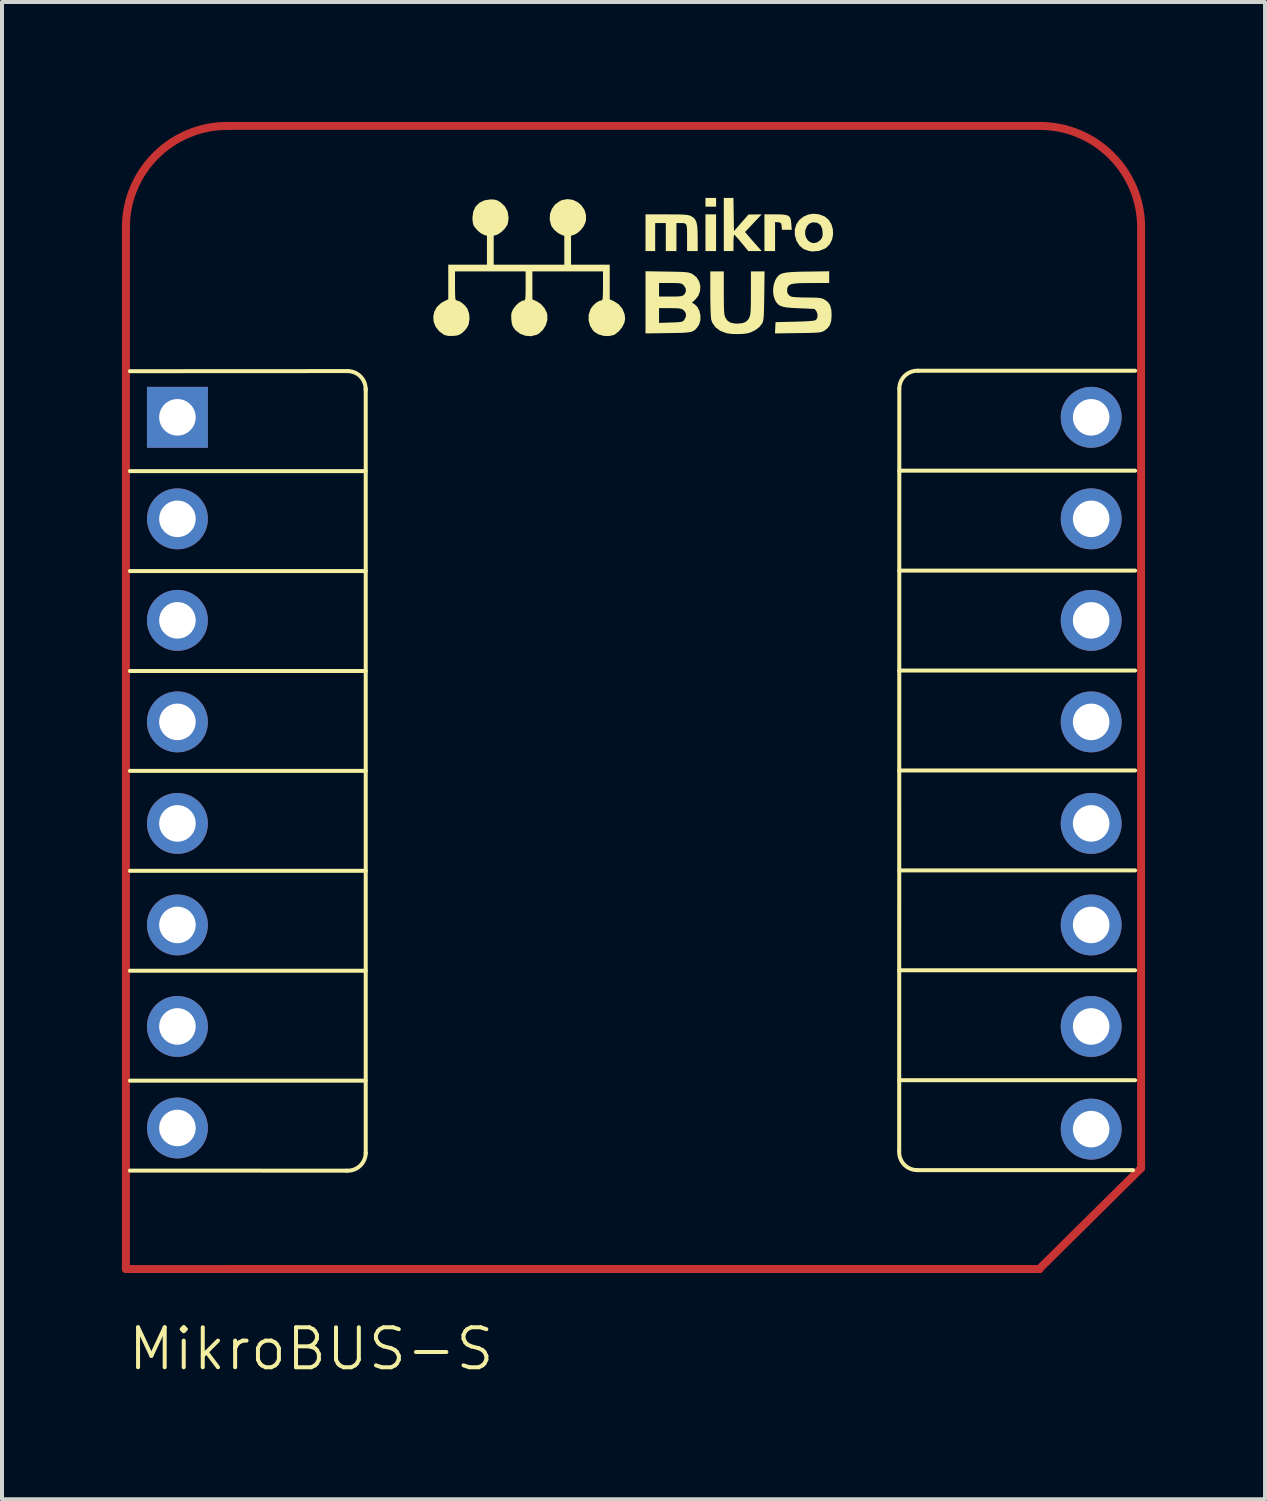
<source format=kicad_pcb>
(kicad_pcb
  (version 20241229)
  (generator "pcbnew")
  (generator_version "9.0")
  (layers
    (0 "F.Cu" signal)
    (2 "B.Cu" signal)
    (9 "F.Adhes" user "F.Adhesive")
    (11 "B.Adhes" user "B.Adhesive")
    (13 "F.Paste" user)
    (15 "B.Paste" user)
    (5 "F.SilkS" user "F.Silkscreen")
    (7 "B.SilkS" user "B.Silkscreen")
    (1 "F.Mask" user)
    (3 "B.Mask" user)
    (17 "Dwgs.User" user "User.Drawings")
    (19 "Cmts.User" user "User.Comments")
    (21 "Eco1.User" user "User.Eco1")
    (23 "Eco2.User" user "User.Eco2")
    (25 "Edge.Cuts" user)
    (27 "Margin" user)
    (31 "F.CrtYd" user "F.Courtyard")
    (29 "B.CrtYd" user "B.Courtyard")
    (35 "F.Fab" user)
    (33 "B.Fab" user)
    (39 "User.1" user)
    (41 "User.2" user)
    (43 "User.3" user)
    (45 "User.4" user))
  (footprint "MikroBUS-S"
    (layer "F.Cu")
    (at 13.1 14.7)
    (property "Reference" "MikroBUS-S" (at -13 16 0) (unlocked yes) (layer "F.SilkS") (effects (font (size 1 1) (thickness 0.1)) (justify left)))
    (fp_line (start -13 14) (end -13 -12.06) (stroke (width 0.2) (type default)) (layer "F.Cu"))
    (fp_line (start -13 14) (end 9.85 14) (stroke (width 0.2) (type default)) (layer "F.Cu"))
    (fp_line (start -10.46 -14.6) (end 9.86 -14.6) (stroke (width 0.2) (type default)) (layer "F.Cu"))
    (fp_line (start 9.86 14) (end -10.46 14) (stroke (width 0.2) (type default)) (layer "F.Cu"))
    (fp_line (start 12.4 -12.06) (end 12.4 11.475) (stroke (width 0.2) (type default)) (layer "F.Cu"))
    (fp_line (start 12.4 11.475) (end 9.85 14) (stroke (width 0.2) (type default)) (layer "F.Cu"))
    (fp_arc (start -13 -12.059999) (mid -12.256051 -13.856051) (end -10.459999 -14.6) (stroke (width 0.2) (type default)) (layer "F.Cu"))
    (fp_arc (start 9.86 -14.6) (mid 11.656051 -13.856051) (end 12.4 -12.06) (stroke (width 0.2) (type default)) (layer "F.Cu"))
    (fp_line (start -12.9 -8.463) (end -7.452 -8.466) (stroke (width 0.1) (type default)) (layer "F.SilkS"))
    (fp_line (start -12.9 -5.963) (end -7 -5.963) (stroke (width 0.1) (type default)) (layer "F.SilkS"))
    (fp_line (start -12.9 -0.963) (end -7 -0.963) (stroke (width 0.1) (type default)) (layer "F.SilkS"))
    (fp_line (start -12.9 1.537) (end -7 1.537) (stroke (width 0.1) (type default)) (layer "F.SilkS"))
    (fp_line (start -12.9 4.037) (end -7 4.037) (stroke (width 0.1) (type default)) (layer "F.SilkS"))
    (fp_line (start -12.9 6.537) (end -7 6.537) (stroke (width 0.1) (type default)) (layer "F.SilkS"))
    (fp_line (start -12.9 9.287) (end -7 9.287) (stroke (width 0.1) (type default)) (layer "F.SilkS"))
    (fp_line (start -7.474 11.539) (end -12.9 11.537) (stroke (width 0.1) (type default)) (layer "F.SilkS"))
    (fp_line (start -7 -8.025) (end -7 11.11) (stroke (width 0.1) (type default)) (layer "F.SilkS"))
    (fp_line (start -7 -3.463) (end -12.9 -3.463) (stroke (width 0.1) (type default)) (layer "F.SilkS"))
    (fp_line (start 6.35 -8.025) (end 6.347 11.046) (stroke (width 0.1) (type default)) (layer "F.SilkS"))
    (fp_line (start 6.35 -3.474) (end 12.25 -3.474) (stroke (width 0.1) (type default)) (layer "F.SilkS"))
    (fp_line (start 6.8 11.526) (end 12.2 11.526) (stroke (width 0.1) (type default)) (layer "F.SilkS"))
    (fp_line (start 12.25 -8.474) (end 6.824 -8.474) (stroke (width 0.1) (type default)) (layer "F.SilkS"))
    (fp_line (start 12.25 -5.974) (end 6.35 -5.974) (stroke (width 0.1) (type default)) (layer "F.SilkS"))
    (fp_line (start 12.25 -0.974) (end 6.35 -0.974) (stroke (width 0.1) (type default)) (layer "F.SilkS"))
    (fp_line (start 12.25 1.526) (end 6.35 1.526) (stroke (width 0.1) (type default)) (layer "F.SilkS"))
    (fp_line (start 12.25 4.026) (end 6.35 4.026) (stroke (width 0.1) (type default)) (layer "F.SilkS"))
    (fp_line (start 12.25 6.526) (end 6.35 6.526) (stroke (width 0.1) (type default)) (layer "F.SilkS"))
    (fp_line (start 12.25 9.276) (end 6.35 9.276) (stroke (width 0.1) (type default)) (layer "F.SilkS"))
    (fp_arc (start -7.4517 -8.465538) (mid -7.125 -8.325) (end -7.00236 -7.991169) (stroke (width 0.1) (type default)) (layer "F.SilkS"))
    (fp_arc (start -6.999999 11.090001) (mid -7.140537 11.416701) (end -7.474368 11.539341) (stroke (width 0.1) (type default)) (layer "F.SilkS"))
    (fp_arc (start 6.35 -8.025) (mid 6.490538 -8.3517) (end 6.824369 -8.47434) (stroke (width 0.1) (type default)) (layer "F.SilkS"))
    (fp_arc (start 6.7967 11.525001) (mid 6.47 11.384463) (end 6.34736 11.050632) (stroke (width 0.1) (type default)) (layer "F.SilkS"))
    (fp_poly (pts (xy 1.766 -12.689) (xy 1.766 -12.58) (xy 1.633 -12.58) (xy 1.5 -12.58) (xy 1.5 -12.689) (xy 1.5 -12.798) (xy 1.633 -12.798) (xy 1.766 -12.798)) (stroke (width 0) (type solid)) (fill yes) (layer "F.SilkS"))
    (fp_poly (pts (xy 1.766 -11.927) (xy 1.766 -11.468) (xy 1.633 -11.468) (xy 1.5 -11.468) (xy 1.5 -11.927) (xy 1.5 -12.387) (xy 1.633 -12.387) (xy 1.766 -12.387)) (stroke (width 0) (type solid)) (fill yes) (layer "F.SilkS"))
    (fp_poly (pts (xy 3.395 -12.385) (xy 3.498 -12.375) (xy 3.567 -12.354) (xy 3.61 -12.316) (xy 3.634 -12.258) (xy 3.646 -12.176) (xy 3.648 -12.149) (xy 3.659 -12) (xy 3.536 -12) (xy 3.414 -12) (xy 3.406 -12.091) (xy 3.397 -12.151) (xy 3.374 -12.178) (xy 3.323 -12.189) (xy 3.32 -12.189) (xy 3.242 -12.196) (xy 3.242 -11.832) (xy 3.242 -11.468) (xy 3.108 -11.468) (xy 2.975 -11.468) (xy 2.975 -11.927) (xy 2.975 -12.387) (xy 3.251 -12.387)) (stroke (width 0) (type solid)) (fill yes) (layer "F.SilkS"))
    (fp_poly (pts (xy 2.207 -12.383) (xy 2.213 -11.968) (xy 2.395 -12.176) (xy 2.576 -12.383) (xy 2.742 -12.385) (xy 2.907 -12.387) (xy 2.699 -12.166) (xy 2.491 -11.945) (xy 2.57 -11.852) (xy 2.626 -11.787) (xy 2.699 -11.704) (xy 2.774 -11.619) (xy 2.778 -11.614) (xy 2.908 -11.468) (xy 2.739 -11.468) (xy 2.571 -11.468) (xy 2.404 -11.672) (xy 2.335 -11.755) (xy 2.276 -11.822) (xy 2.235 -11.865) (xy 2.219 -11.878) (xy 2.211 -11.856) (xy 2.205 -11.797) (xy 2.202 -11.711) (xy 2.201 -11.673) (xy 2.201 -11.468) (xy 2.08 -11.468) (xy 1.959 -11.468) (xy 1.959 -12.133) (xy 1.959 -12.798) (xy 2.08 -12.798) (xy 2.2 -12.798)) (stroke (width 0) (type solid)) (fill yes) (layer "F.SilkS"))
    (fp_poly (pts (xy 0.526 -12.387) (xy 0.704 -12.386) (xy 0.841 -12.385) (xy 0.943 -12.381) (xy 1.018 -12.375) (xy 1.072 -12.367) (xy 1.112 -12.355) (xy 1.137 -12.344) (xy 1.198 -12.307) (xy 1.243 -12.258) (xy 1.274 -12.191) (xy 1.293 -12.099) (xy 1.303 -11.974) (xy 1.306 -11.809) (xy 1.306 -11.8) (xy 1.306 -11.468) (xy 1.173 -11.468) (xy 1.04 -11.468) (xy 1.04 -11.804) (xy 1.04 -11.944) (xy 1.037 -12.042) (xy 1.027 -12.107) (xy 1.008 -12.145) (xy 0.976 -12.163) (xy 0.928 -12.169) (xy 0.869 -12.169) (xy 0.774 -12.169) (xy 0.774 -11.818) (xy 0.774 -11.468) (xy 0.641 -11.468) (xy 0.508 -11.468) (xy 0.508 -11.818) (xy 0.508 -12.169) (xy 0.375 -12.169) (xy 0.242 -12.169) (xy 0.242 -11.818) (xy 0.242 -11.468) (xy 0.121 -11.468) (xy 0 -11.468) (xy 0 -11.927) (xy 0 -12.387)) (stroke (width 0) (type solid)) (fill yes) (layer "F.SilkS"))
    (fp_poly (pts (xy 4.339 -12.389) (xy 4.48 -12.335) (xy 4.486 -12.331) (xy 4.583 -12.251) (xy 4.65 -12.143) (xy 4.687 -12.019) (xy 4.693 -11.887) (xy 4.668 -11.759) (xy 4.613 -11.645) (xy 4.526 -11.554) (xy 4.491 -11.531) (xy 4.34 -11.472) (xy 4.176 -11.459) (xy 4.092 -11.47) (xy 3.957 -11.518) (xy 3.851 -11.605) (xy 3.776 -11.727) (xy 3.736 -11.869) (xy 3.736 -11.893) (xy 3.993 -11.893) (xy 4.017 -11.805) (xy 4.064 -11.734) (xy 4.129 -11.686) (xy 4.206 -11.667) (xy 4.29 -11.684) (xy 4.356 -11.728) (xy 4.406 -11.783) (xy 4.428 -11.842) (xy 4.433 -11.905) (xy 4.42 -12.029) (xy 4.377 -12.119) (xy 4.306 -12.172) (xy 4.289 -12.177) (xy 4.184 -12.188) (xy 4.098 -12.155) (xy 4.039 -12.09) (xy 3.998 -11.99) (xy 3.993 -11.893) (xy 3.736 -11.893) (xy 3.735 -12.011) (xy 3.774 -12.137) (xy 3.846 -12.244) (xy 3.946 -12.326) (xy 4.066 -12.381) (xy 4.199 -12.403)) (stroke (width 0) (type solid)) (fill yes) (layer "F.SilkS"))
    (fp_poly (pts (xy 1.959 -10.421) (xy 1.96 -10.241) (xy 1.962 -10.103) (xy 1.965 -9.999) (xy 1.97 -9.923) (xy 1.978 -9.868) (xy 1.99 -9.827) (xy 2.002 -9.799) (xy 2.055 -9.723) (xy 2.13 -9.677) (xy 2.234 -9.656) (xy 2.298 -9.654) (xy 2.421 -9.664) (xy 2.508 -9.697) (xy 2.571 -9.758) (xy 2.594 -9.799) (xy 2.608 -9.833) (xy 2.619 -9.875) (xy 2.627 -9.933) (xy 2.632 -10.012) (xy 2.635 -10.121) (xy 2.636 -10.265) (xy 2.637 -10.421) (xy 2.637 -10.96) (xy 2.808 -10.96) (xy 2.979 -10.96) (xy 2.971 -10.349) (xy 2.968 -10.157) (xy 2.965 -10.006) (xy 2.961 -9.892) (xy 2.955 -9.808) (xy 2.948 -9.747) (xy 2.938 -9.703) (xy 2.926 -9.67) (xy 2.92 -9.659) (xy 2.847 -9.566) (xy 2.74 -9.486) (xy 2.616 -9.428) (xy 2.562 -9.413) (xy 2.441 -9.396) (xy 2.299 -9.391) (xy 2.158 -9.395) (xy 2.038 -9.411) (xy 2.025 -9.414) (xy 1.873 -9.47) (xy 1.755 -9.557) (xy 1.673 -9.672) (xy 1.646 -9.745) (xy 1.639 -9.795) (xy 1.632 -9.886) (xy 1.627 -10.009) (xy 1.623 -10.156) (xy 1.621 -10.319) (xy 1.621 -10.397) (xy 1.621 -10.96) (xy 1.79 -10.96) (xy 1.959 -10.96)) (stroke (width 0) (type solid)) (fill yes) (layer "F.SilkS"))
    (fp_poly (pts (xy 0.538 -10.955) (xy 0.715 -10.952) (xy 0.851 -10.949) (xy 0.953 -10.945) (xy 1.027 -10.938) (xy 1.081 -10.93) (xy 1.123 -10.918) (xy 1.158 -10.903) (xy 1.173 -10.895) (xy 1.275 -10.816) (xy 1.341 -10.712) (xy 1.372 -10.593) (xy 1.365 -10.469) (xy 1.321 -10.35) (xy 1.245 -10.254) (xy 1.163 -10.177) (xy 1.231 -10.136) (xy 1.302 -10.066) (xy 1.351 -9.966) (xy 1.375 -9.851) (xy 1.372 -9.733) (xy 1.339 -9.627) (xy 1.315 -9.587) (xy 1.277 -9.538) (xy 1.241 -9.499) (xy 1.201 -9.471) (xy 1.151 -9.45) (xy 1.083 -9.436) (xy 0.992 -9.427) (xy 0.87 -9.421) (xy 0.711 -9.418) (xy 0.567 -9.416) (xy 0 -9.408) (xy 0 -9.856) (xy 0.339 -9.856) (xy 0.339 -9.672) (xy 0.631 -9.681) (xy 0.755 -9.685) (xy 0.841 -9.691) (xy 0.897 -9.699) (xy 0.932 -9.712) (xy 0.957 -9.732) (xy 0.97 -9.747) (xy 1.011 -9.829) (xy 1.009 -9.91) (xy 0.963 -9.981) (xy 0.952 -9.99) (xy 0.919 -10.012) (xy 0.878 -10.027) (xy 0.82 -10.035) (xy 0.735 -10.039) (xy 0.614 -10.04) (xy 0.339 -10.04) (xy 0.339 -9.856) (xy 0 -9.856) (xy 0 -10.186) (xy 0 -10.5) (xy 0.339 -10.5) (xy 0.339 -10.331) (xy 0.629 -10.331) (xy 0.754 -10.331) (xy 0.841 -10.335) (xy 0.898 -10.342) (xy 0.935 -10.355) (xy 0.962 -10.374) (xy 0.968 -10.379) (xy 1.009 -10.451) (xy 1.007 -10.53) (xy 0.961 -10.606) (xy 0.957 -10.61) (xy 0.928 -10.636) (xy 0.897 -10.653) (xy 0.853 -10.663) (xy 0.786 -10.668) (xy 0.687 -10.669) (xy 0.618 -10.669) (xy 0.339 -10.669) (xy 0.339 -10.5) (xy 0 -10.5) (xy 0 -10.964)) (stroke (width 0) (type solid)) (fill yes) (layer "F.SilkS"))
    (fp_poly (pts (xy 4.596 -10.816) (xy 4.596 -10.669) (xy 4.147 -10.669) (xy 3.964 -10.668) (xy 3.823 -10.664) (xy 3.719 -10.654) (xy 3.645 -10.639) (xy 3.596 -10.616) (xy 3.566 -10.584) (xy 3.548 -10.542) (xy 3.544 -10.526) (xy 3.545 -10.436) (xy 3.587 -10.365) (xy 3.644 -10.33) (xy 3.69 -10.321) (xy 3.773 -10.314) (xy 3.883 -10.309) (xy 4.009 -10.307) (xy 4.042 -10.306) (xy 4.184 -10.305) (xy 4.287 -10.302) (xy 4.362 -10.295) (xy 4.416 -10.282) (xy 4.462 -10.265) (xy 4.47 -10.26) (xy 4.559 -10.199) (xy 4.617 -10.116) (xy 4.648 -10.005) (xy 4.657 -9.871) (xy 4.647 -9.728) (xy 4.614 -9.62) (xy 4.553 -9.536) (xy 4.475 -9.476) (xy 4.446 -9.46) (xy 4.414 -9.447) (xy 4.373 -9.437) (xy 4.316 -9.43) (xy 4.236 -9.425) (xy 4.127 -9.421) (xy 3.983 -9.418) (xy 3.815 -9.416) (xy 3.239 -9.408) (xy 3.246 -9.549) (xy 3.254 -9.69) (xy 3.74 -9.702) (xy 3.921 -9.707) (xy 4.058 -9.714) (xy 4.157 -9.721) (xy 4.223 -9.731) (xy 4.26 -9.743) (xy 4.266 -9.747) (xy 4.299 -9.803) (xy 4.304 -9.877) (xy 4.282 -9.953) (xy 4.238 -10.01) (xy 4.226 -10.019) (xy 4.201 -10.021) (xy 4.137 -10.024) (xy 4.04 -10.029) (xy 3.92 -10.034) (xy 3.834 -10.038) (xy 3.664 -10.046) (xy 3.535 -10.058) (xy 3.439 -10.075) (xy 3.368 -10.101) (xy 3.316 -10.136) (xy 3.274 -10.185) (xy 3.244 -10.235) (xy 3.204 -10.347) (xy 3.191 -10.481) (xy 3.205 -10.618) (xy 3.246 -10.738) (xy 3.249 -10.742) (xy 3.283 -10.802) (xy 3.32 -10.849) (xy 3.366 -10.885) (xy 3.427 -10.911) (xy 3.51 -10.929) (xy 3.619 -10.941) (xy 3.761 -10.949) (xy 3.943 -10.954) (xy 4.046 -10.955) (xy 4.596 -10.963)) (stroke (width 0) (type solid)) (fill yes) (layer "F.SilkS"))
    (fp_poly (pts (xy -1.818 -12.75) (xy -1.701 -12.695) (xy -1.603 -12.611) (xy -1.53 -12.504) (xy -1.49 -12.38) (xy -1.489 -12.245) (xy -1.499 -12.195) (xy -1.544 -12.094) (xy -1.616 -11.997) (xy -1.703 -11.919) (xy -1.78 -11.878) (xy -1.863 -11.851) (xy -1.863 -11.49) (xy -1.863 -11.129) (xy -1.379 -11.129) (xy -0.895 -11.129) (xy -0.895 -10.695) (xy -0.895 -10.26) (xy -0.791 -10.215) (xy -0.67 -10.136) (xy -0.578 -10.024) (xy -0.523 -9.891) (xy -0.509 -9.774) (xy -0.53 -9.67) (xy -0.585 -9.561) (xy -0.665 -9.463) (xy -0.758 -9.388) (xy -0.806 -9.365) (xy -0.927 -9.34) (xy -1.058 -9.349) (xy -1.182 -9.386) (xy -1.284 -9.45) (xy -1.309 -9.475) (xy -1.386 -9.597) (xy -1.424 -9.735) (xy -1.422 -9.877) (xy -1.377 -10.011) (xy -1.367 -10.03) (xy -1.307 -10.11) (xy -1.231 -10.178) (xy -1.155 -10.222) (xy -1.104 -10.234) (xy -1.089 -10.239) (xy -1.078 -10.258) (xy -1.071 -10.299) (xy -1.067 -10.369) (xy -1.065 -10.474) (xy -1.064 -10.597) (xy -1.064 -10.96) (xy -1.947 -10.96) (xy -2.83 -10.96) (xy -2.83 -10.61) (xy -2.83 -10.26) (xy -2.723 -10.213) (xy -2.617 -10.143) (xy -2.528 -10.042) (xy -2.469 -9.926) (xy -2.456 -9.873) (xy -2.456 -9.743) (xy -2.495 -9.613) (xy -2.566 -9.497) (xy -2.662 -9.407) (xy -2.726 -9.372) (xy -2.863 -9.339) (xy -3.003 -9.349) (xy -3.136 -9.399) (xy -3.249 -9.485) (xy -3.281 -9.523) (xy -3.324 -9.59) (xy -3.347 -9.665) (xy -3.358 -9.764) (xy -3.361 -9.858) (xy -3.351 -9.926) (xy -3.325 -9.99) (xy -3.305 -10.025) (xy -3.243 -10.108) (xy -3.167 -10.177) (xy -3.09 -10.222) (xy -3.039 -10.234) (xy -3.024 -10.239) (xy -3.013 -10.258) (xy -3.006 -10.299) (xy -3.002 -10.369) (xy -3 -10.474) (xy -3 -10.597) (xy -3 -10.96) (xy -3.883 -10.96) (xy -4.766 -10.96) (xy -4.766 -10.597) (xy -4.765 -10.457) (xy -4.763 -10.358) (xy -4.759 -10.293) (xy -4.752 -10.256) (xy -4.74 -10.238) (xy -4.724 -10.234) (xy -4.723 -10.234) (xy -4.659 -10.215) (xy -4.585 -10.167) (xy -4.513 -10.101) (xy -4.457 -10.028) (xy -4.451 -10.016) (xy -4.413 -9.901) (xy -4.403 -9.771) (xy -4.422 -9.647) (xy -4.448 -9.581) (xy -4.496 -9.512) (xy -4.561 -9.443) (xy -4.581 -9.425) (xy -4.645 -9.381) (xy -4.711 -9.357) (xy -4.801 -9.346) (xy -4.821 -9.345) (xy -4.939 -9.346) (xy -5.024 -9.366) (xy -5.044 -9.376) (xy -5.166 -9.465) (xy -5.251 -9.575) (xy -5.3 -9.698) (xy -5.311 -9.826) (xy -5.284 -9.952) (xy -5.221 -10.068) (xy -5.121 -10.164) (xy -5.044 -10.209) (xy -4.935 -10.262) (xy -4.935 -10.696) (xy -4.935 -11.129) (xy -4.451 -11.129) (xy -3.967 -11.129) (xy -3.967 -11.49) (xy -3.967 -11.851) (xy -4.048 -11.877) (xy -4.127 -11.92) (xy -4.21 -11.991) (xy -4.279 -12.074) (xy -4.303 -12.113) (xy -4.318 -12.166) (xy -4.328 -12.247) (xy -4.33 -12.308) (xy -4.309 -12.459) (xy -4.25 -12.584) (xy -4.155 -12.678) (xy -4.03 -12.738) (xy -3.877 -12.761) (xy -3.865 -12.761) (xy -3.771 -12.755) (xy -3.699 -12.733) (xy -3.626 -12.688) (xy -3.516 -12.584) (xy -3.45 -12.457) (xy -3.426 -12.311) (xy -3.426 -12.302) (xy -3.434 -12.217) (xy -3.449 -12.143) (xy -3.459 -12.12) (xy -3.519 -12.031) (xy -3.6 -11.95) (xy -3.684 -11.892) (xy -3.718 -11.877) (xy -3.798 -11.851) (xy -3.798 -11.49) (xy -3.798 -11.129) (xy -2.915 -11.129) (xy -2.032 -11.129) (xy -2.032 -11.489) (xy -2.032 -11.85) (xy -2.099 -11.873) (xy -2.191 -11.922) (xy -2.279 -11.997) (xy -2.346 -12.081) (xy -2.362 -12.113) (xy -2.397 -12.255) (xy -2.39 -12.395) (xy -2.342 -12.526) (xy -2.26 -12.636) (xy -2.145 -12.719) (xy -2.083 -12.746) (xy -1.948 -12.769)) (stroke (width 0) (type solid)) (fill yes) (layer "F.SilkS"))
    (pad "1" thru_hole rect (at -11.711 -7.309 270) (size 1.524 1.524) (drill 0.914) (layers "*.Cu" "*.Mask"))
    (pad "2" thru_hole circle (at -11.711 -4.769 270) (size 1.524 1.524) (drill 0.914) (layers "*.Cu" "*.Mask"))
    (pad "3" thru_hole circle (at -11.711 -2.229 270) (size 1.524 1.524) (drill 0.914) (layers "*.Cu" "*.Mask"))
    (pad "4" thru_hole circle (at -11.711 0.311 270) (size 1.524 1.524) (drill 0.914) (layers "*.Cu" "*.Mask"))
    (pad "5" thru_hole circle (at -11.711 2.851 270) (size 1.524 1.524) (drill 0.914) (layers "*.Cu" "*.Mask"))
    (pad "6" thru_hole circle (at -11.711 5.391 90) (size 1.524 1.524) (drill 0.914) (layers "*.Cu" "*.Mask"))
    (pad "7" thru_hole circle (at -11.711 7.931 90) (size 1.524 1.524) (drill 0.914) (layers "*.Cu" "*.Mask"))
    (pad "8" thru_hole circle (at -11.711 10.471 90) (size 1.524 1.524) (drill 0.914) (layers "*.Cu" "*.Mask"))
    (pad "9" thru_hole circle (at 11.15 -7.309 270) (size 1.524 1.524) (drill 0.914) (layers "*.Cu" "*.Mask"))
    (pad "10" thru_hole circle (at 11.15 -4.769 270) (size 1.524 1.524) (drill 0.914) (layers "*.Cu" "*.Mask"))
    (pad "11" thru_hole circle (at 11.15 -2.229 270) (size 1.524 1.524) (drill 0.914) (layers "*.Cu" "*.Mask"))
    (pad "12" thru_hole circle (at 11.15 0.311 90) (size 1.524 1.524) (drill 0.914) (layers "*.Cu" "*.Mask"))
    (pad "13" thru_hole circle (at 11.15 2.851 90) (size 1.524 1.524) (drill 0.914) (layers "*.Cu" "*.Mask"))
    (pad "14" thru_hole circle (at 11.15 5.391 90) (size 1.524 1.524) (drill 0.914) (layers "*.Cu" "*.Mask"))
    (pad "15" thru_hole circle (at 11.15 7.931 90) (size 1.524 1.524) (drill 0.914) (layers "*.Cu" "*.Mask"))
    (pad "16" thru_hole circle (at 11.15 10.5 90) (size 1.524 1.524) (drill 0.914) (layers "*.Cu" "*.Mask")))
  (gr_rect
    (start -3 -3)
    (end 28.6 34.461)
    (stroke (width 0.1) (type default))
    (fill no)
    (layer "Edge.Cuts")))
</source>
